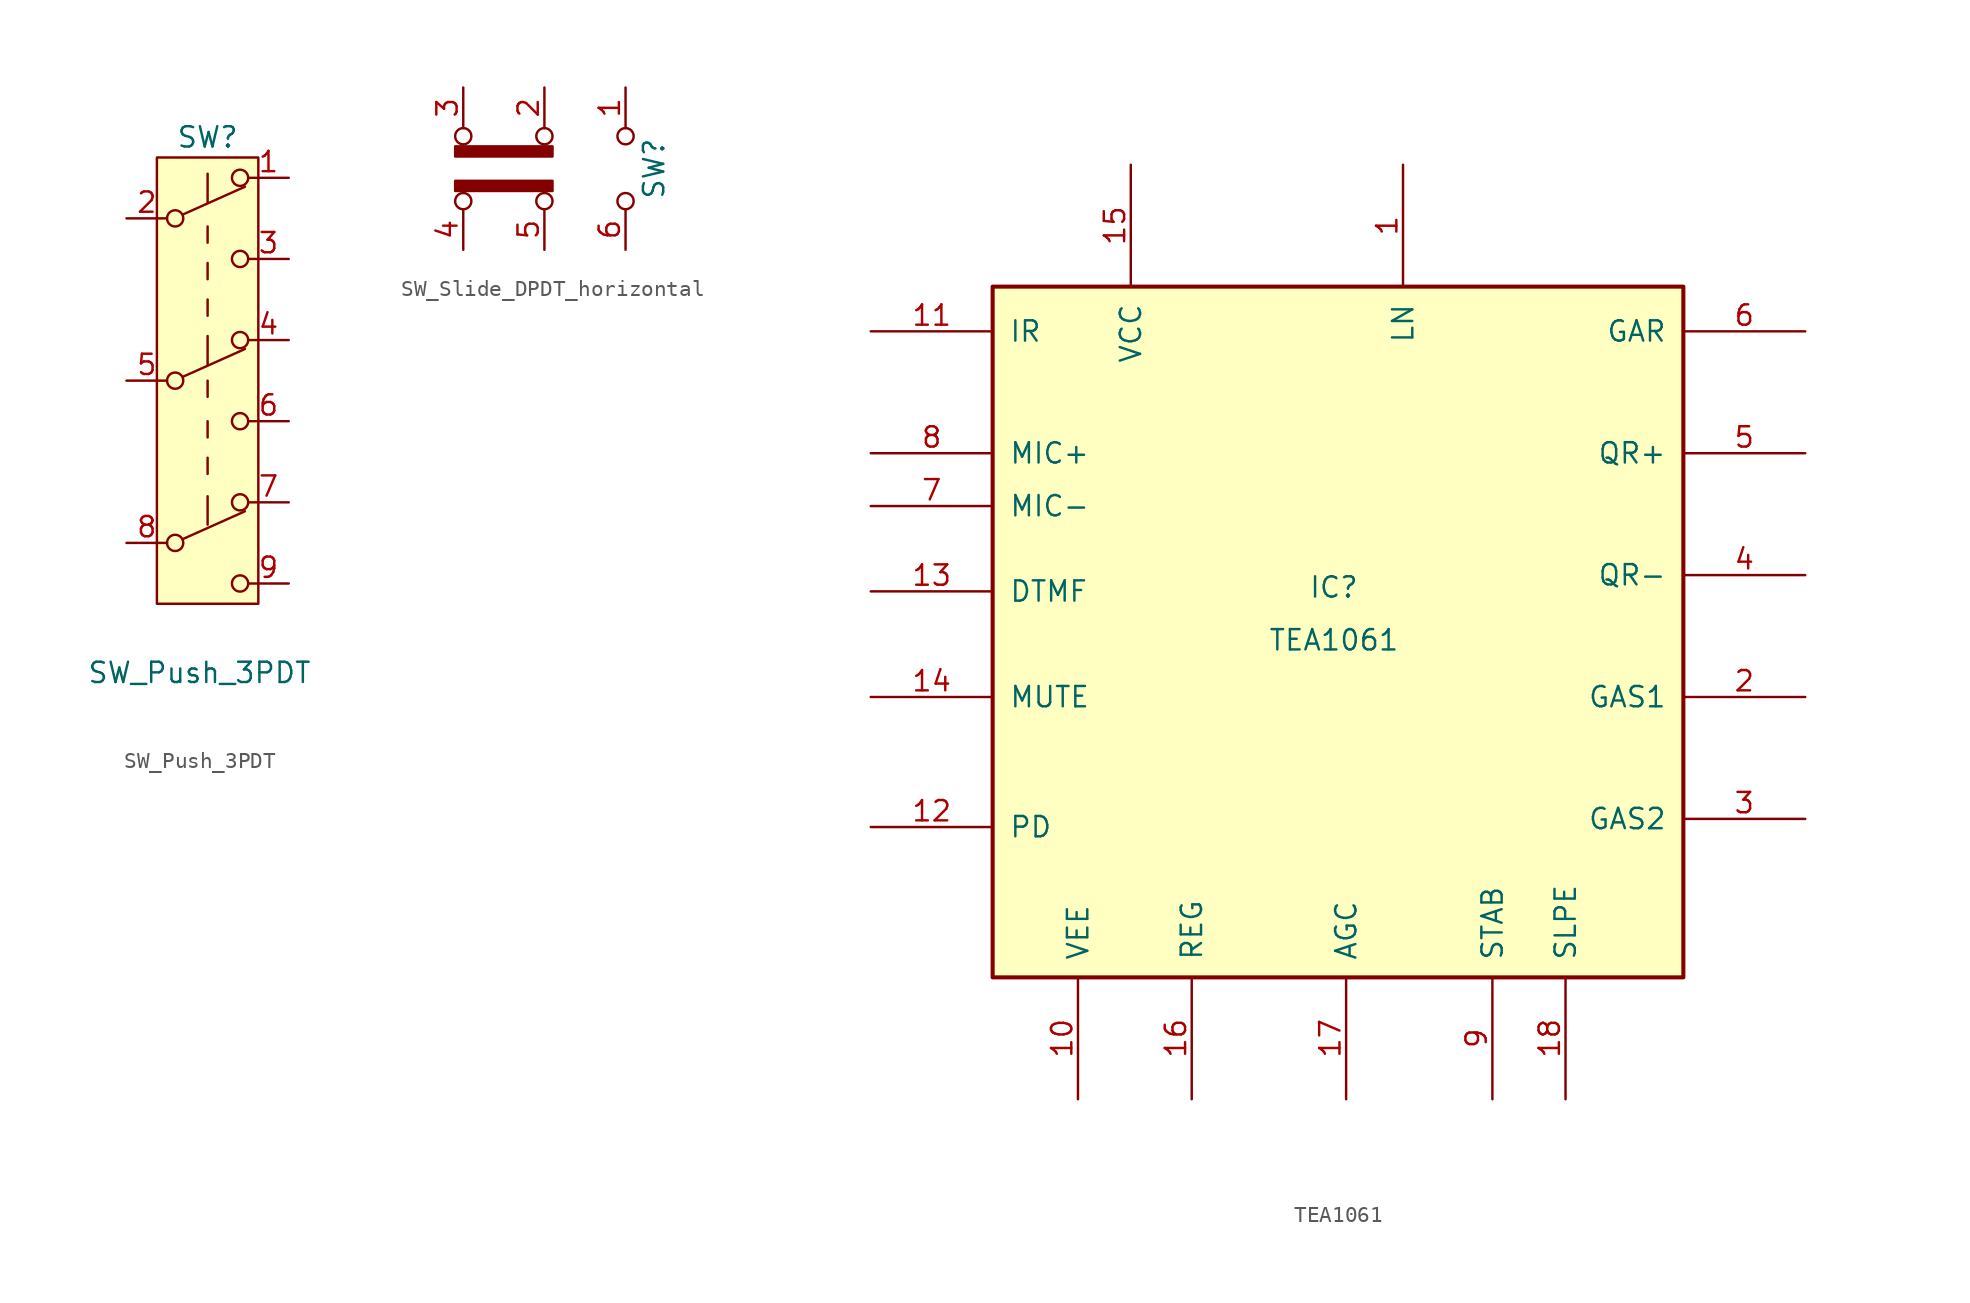
<source format=kicad_sym>
(kicad_symbol_lib
  (version 20241209)
  (generator "kicad_symbol_editor")
  (generator_version "9.0")
  (symbol "SW_Push_3PDT"
    (pin_names
      (offset 0)
      (hide yes))
    (property "Reference" "SW"
      (at 0 10.16 0)
      (effects (font (size 1.27 1.27))))
    (property "Value" "SW_Push_3PDT"
      (at -0.508 -23.368 0)
      (effects (font (size 1.27 1.27))))
    (symbol "SW_Push_3PDT_0_0"
      (circle (center -2.032 5.08) (radius 0.508) (stroke (width 0) (type default)) (fill (type none)))
      (circle (center -2.032 -5.08) (radius 0.508) (stroke (width 0) (type default)) (fill (type none)))
      (circle (center 2.032 2.54) (radius 0.508) (stroke (width 0) (type default)) (fill (type none)))
      (circle (center 2.032 -7.62) (radius 0.508) (stroke (width 0) (type default)) (fill (type none))))
    (symbol "SW_Push_3PDT_0_1"
      (circle (center -2.032 -15.24) (radius 0.508) (stroke (width 0) (type default)) (fill (type none)))
      (polyline (pts (xy -1.524 5.334) (xy 2.337 7.061)) (stroke (width 0) (type default)) (fill (type none)))
      (polyline (pts (xy -1.524 -4.826) (xy 2.337 -3.099)) (stroke (width 0) (type default)) (fill (type none)))
      (polyline (pts (xy -1.524 -14.986) (xy 2.337 -13.259)) (stroke (width 0) (type default)) (fill (type none)))
      (polyline (pts (xy 0 7.874) (xy 0 6.096)) (stroke (width 0) (type default)) (fill (type none)))
      (polyline (pts (xy 0 3.556) (xy 0 4.572)) (stroke (width 0) (type default)) (fill (type none)))
      (polyline (pts (xy 0 1.27) (xy 0 2.286)) (stroke (width 0) (type default)) (fill (type none)))
      (polyline (pts (xy 0 -1.016) (xy 0 0)) (stroke (width 0) (type default)) (fill (type none)))
      (polyline (pts (xy 0 -2.286) (xy 0 -4.064)) (stroke (width 0) (type default)) (fill (type none)))
      (polyline (pts (xy 0 -6.096) (xy 0 -5.08)) (stroke (width 0) (type default)) (fill (type none)))
      (polyline (pts (xy 0 -8.636) (xy 0 -7.62)) (stroke (width 0) (type default)) (fill (type none)))
      (polyline (pts (xy 0 -10.922) (xy 0 -9.906)) (stroke (width 0) (type default)) (fill (type none)))
      (polyline (pts (xy 0 -12.319) (xy 0 -14.097)) (stroke (width 0) (type default)) (fill (type none)))
      (circle (center 2.032 7.62) (radius 0.508) (stroke (width 0) (type default)) (fill (type none)))
      (circle (center 2.032 -2.54) (radius 0.508) (stroke (width 0) (type default)) (fill (type none)))
      (circle (center 2.032 -12.7) (radius 0.508) (stroke (width 0) (type default)) (fill (type none)))
      (circle (center 2.032 -17.78) (radius 0.508) (stroke (width 0) (type default)) (fill (type none))))
    (symbol "SW_Push_3PDT_1_1"
      (rectangle (start -3.175 8.89) (end 3.175 -19.05) (stroke (width 0) (type default)) (fill (type background)))
      (pin passive line (at -5.08 5.08 0) (length 2.54) (name "B" (effects (font (size 1.27 1.27)))) (number "2" (effects (font (size 1.27 1.27)))))
      (pin passive line (at -5.08 -5.08 0) (length 2.54) (name "B" (effects (font (size 1.27 1.27)))) (number "5" (effects (font (size 1.27 1.27)))))
      (pin passive line (at -5.08 -15.24 0) (length 2.54) (name "B" (effects (font (size 1.27 1.27)))) (number "8" (effects (font (size 1.27 1.27)))))
      (pin passive line (at 5.08 7.62 180) (length 2.54) (name "A" (effects (font (size 1.27 1.27)))) (number "1" (effects (font (size 1.27 1.27)))))
      (pin passive line (at 5.08 2.54 180) (length 2.54) (name "C" (effects (font (size 1.27 1.27)))) (number "3" (effects (font (size 1.27 1.27)))))
      (pin passive line (at 5.08 -2.54 180) (length 2.54) (name "A" (effects (font (size 1.27 1.27)))) (number "4" (effects (font (size 1.27 1.27)))))
      (pin passive line (at 5.08 -7.62 180) (length 2.54) (name "C" (effects (font (size 1.27 1.27)))) (number "6" (effects (font (size 1.27 1.27)))))
      (pin passive line (at 5.08 -12.7 180) (length 2.54) (name "A" (effects (font (size 1.27 1.27)))) (number "7" (effects (font (size 1.27 1.27)))))
      (pin passive line (at 5.08 -17.78 180) (length 2.54) (name "C" (effects (font (size 1.27 1.27)))) (number "9" (effects (font (size 1.27 1.27)))))))
  (symbol "SW_Slide_DPDT_horizontal"
    (pin_names
      (offset 0)
      (hide yes))
    (property "Reference" "SW"
      (at 6.858 0 90)
      (effects (font (size 1.27 1.27))))
    (symbol "SW_Slide_DPDT_horizontal_0_0"
      (circle (center -5.08 2.032) (radius 0.508) (stroke (width 0) (type default)) (fill (type none)))
      (circle (center -5.08 -2.032) (radius 0.508) (stroke (width 0) (type default)) (fill (type none)))
      (circle (center 0 -2.032) (radius 0.508) (stroke (width 0) (type default)) (fill (type none)))
      (circle (center 5.08 2.032) (radius 0.508) (stroke (width 0) (type default)) (fill (type none))))
    (symbol "SW_Slide_DPDT_horizontal_0_1"
      (circle (center 0 2.032) (radius 0.508) (stroke (width 0) (type default)) (fill (type none)))
      (circle (center 5.08 -2.032) (radius 0.508) (stroke (width 0) (type default)) (fill (type none))))
    (symbol "SW_Slide_DPDT_horizontal_1_1"
      (rectangle (start -5.588 1.397) (end 0.508 0.762) (stroke (width 0) (type default)) (fill (type outline)))
      (rectangle (start -5.588 -0.762) (end 0.508 -1.397) (stroke (width 0) (type default)) (fill (type outline)))
      (pin passive line (at -5.08 5.08 270) (length 2.54) (name "C" (effects (font (size 1.27 1.27)))) (number "3" (effects (font (size 1.27 1.27)))))
      (pin passive line (at -5.08 -5.08 90) (length 2.54) (name "A" (effects (font (size 1.27 1.27)))) (number "4" (effects (font (size 1.27 1.27)))))
      (pin passive line (at 0 5.08 270) (length 2.54) (name "B" (effects (font (size 1.27 1.27)))) (number "2" (effects (font (size 1.27 1.27)))))
      (pin passive line (at 0 -5.08 90) (length 2.54) (name "B" (effects (font (size 1.27 1.27)))) (number "5" (effects (font (size 1.27 1.27)))))
      (pin passive line (at 5.08 5.08 270) (length 2.54) (name "A" (effects (font (size 1.27 1.27)))) (number "1" (effects (font (size 1.27 1.27)))))
      (pin passive line (at 5.08 -5.08 90) (length 2.54) (name "C" (effects (font (size 1.27 1.27)))) (number "6" (effects (font (size 1.27 1.27)))))))
  (symbol "TEA1061"
    (pin_names
      (offset 1.016))
    (property "Reference" "IC"
      (at -0.254 2.794 0)
      (effects (font (size 1.27 1.27))))
    (property "Value" "TEA1061"
      (at -0.254 -0.508 0)
      (effects (font (size 1.27 1.27))))
    (symbol "TEA1061_0_1"
      (rectangle (start -21.59 21.59) (end 21.59 -21.59) (stroke (width 0.254) (type default)) (fill (type background))))
    (symbol "TEA1061_1_1"
      (pin input line (at -29.21 18.796 0) (length 7.62) (name "IR" (effects (font (size 1.27 1.27)))) (number "11" (effects (font (size 1.27 1.27)))))
      (pin input line (at -29.21 11.176 0) (length 7.62) (name "MIC+" (effects (font (size 1.27 1.27)))) (number "8" (effects (font (size 1.27 1.27)))))
      (pin input line (at -29.21 7.874 0) (length 7.62) (name "MIC-" (effects (font (size 1.27 1.27)))) (number "7" (effects (font (size 1.27 1.27)))))
      (pin input line (at -29.21 2.54 0) (length 7.62) (name "DTMF" (effects (font (size 1.27 1.27)))) (number "13" (effects (font (size 1.27 1.27)))))
      (pin input line (at -29.21 -4.064 0) (length 7.62) (name "MUTE" (effects (font (size 1.27 1.27)))) (number "14" (effects (font (size 1.27 1.27)))))
      (pin input line (at -29.21 -12.192 0) (length 7.62) (name "PD" (effects (font (size 1.27 1.27)))) (number "12" (effects (font (size 1.27 1.27)))))
      (pin power_in line (at -16.256 -29.21 90) (length 7.62) (name "VEE" (effects (font (size 1.27 1.27)))) (number "10" (effects (font (size 1.27 1.27)))))
      (pin power_in line (at -12.954 29.21 270) (length 7.62) (name "VCC" (effects (font (size 1.27 1.27)))) (number "15" (effects (font (size 1.27 1.27)))))
      (pin input line (at -9.144 -29.21 90) (length 7.62) (name "REG" (effects (font (size 1.27 1.27)))) (number "16" (effects (font (size 1.27 1.27)))))
      (pin output line (at 0.508 -29.21 90) (length 7.62) (name "AGC" (effects (font (size 1.27 1.27)))) (number "17" (effects (font (size 1.27 1.27)))))
      (pin input line (at 4.064 29.21 270) (length 7.62) (name "LN" (effects (font (size 1.27 1.27)))) (number "1" (effects (font (size 1.27 1.27)))))
      (pin input line (at 9.652 -29.21 90) (length 7.62) (name "STAB" (effects (font (size 1.27 1.27)))) (number "9" (effects (font (size 1.27 1.27)))))
      (pin output line (at 14.224 -29.21 90) (length 7.62) (name "SLPE" (effects (font (size 1.27 1.27)))) (number "18" (effects (font (size 1.27 1.27)))))
      (pin input line (at 29.21 18.796 180) (length 7.62) (name "GAR" (effects (font (size 1.27 1.27)))) (number "6" (effects (font (size 1.27 1.27)))))
      (pin output line (at 29.21 11.176 180) (length 7.62) (name "QR+" (effects (font (size 1.27 1.27)))) (number "5" (effects (font (size 1.27 1.27)))))
      (pin output line (at 29.21 3.556 180) (length 7.62) (name "QR-" (effects (font (size 1.27 1.27)))) (number "4" (effects (font (size 1.27 1.27)))))
      (pin input line (at 29.21 -4.064 180) (length 7.62) (name "GAS1" (effects (font (size 1.27 1.27)))) (number "2" (effects (font (size 1.27 1.27)))))
      (pin input line (at 29.21 -11.684 180) (length 7.62) (name "GAS2" (effects (font (size 1.27 1.27)))) (number "3" (effects (font (size 1.27 1.27))))))))
</source>
